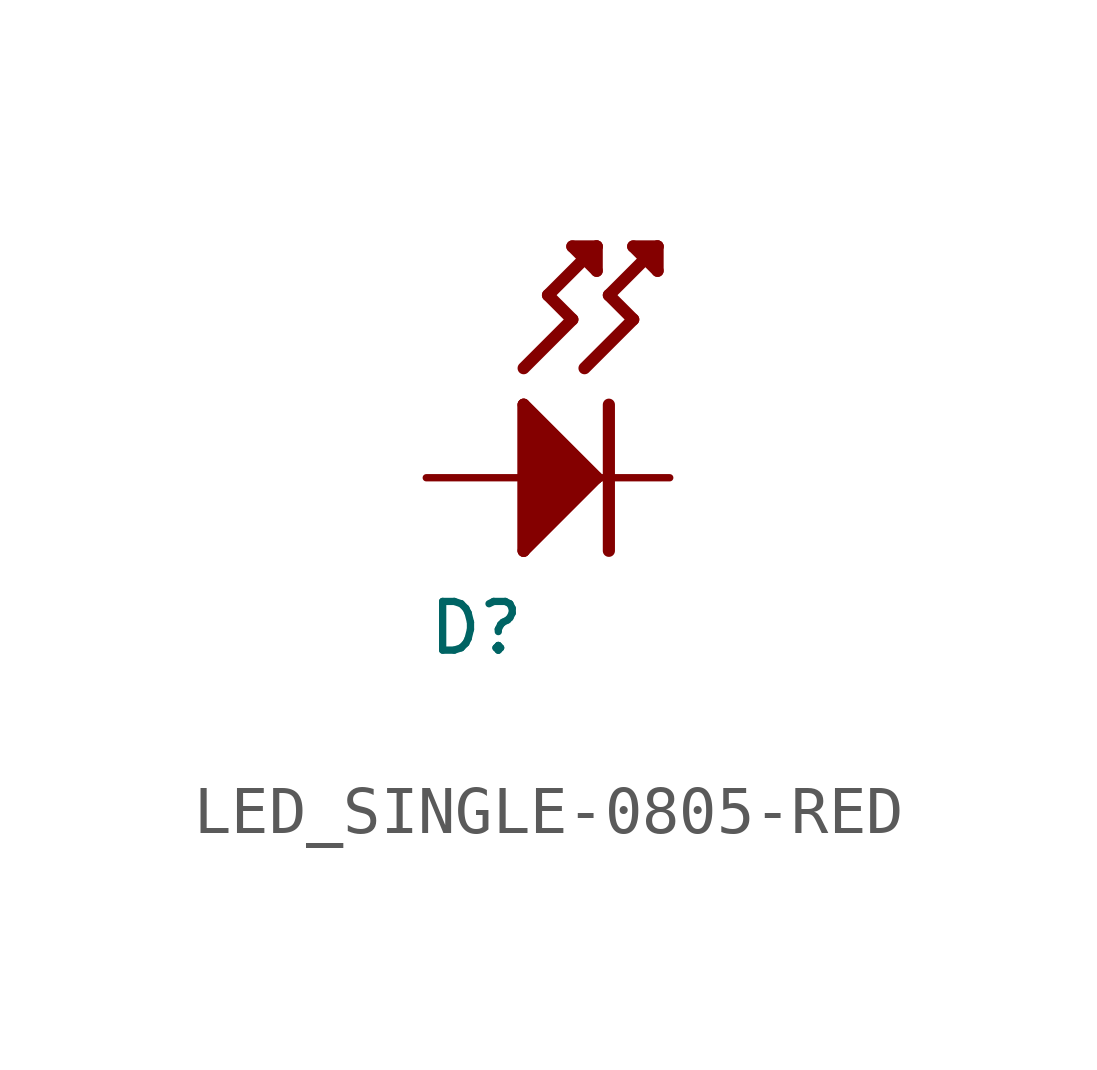
<source format=kicad_sym>
(kicad_symbol_lib
  (version 20231120)
  (generator "kicad_symbol_editor")
  (generator_version "8.0")
  (symbol "LED_SINGLE-0805-RED"
    (property "Reference" "D"
      (at -2.54 -2.54 0)
      (effects (font (size 1.016 1.016)) (justify left top)))
    (property "Value" ""
      (at -2.54 -5.08 0)
      (effects (font (size 1.016 1.016)) (justify left bottom)))
    (property "ki_locked" ""
      (at 0 0 0)
      (effects (font (size 1.27 1.27))))
    (symbol "LED_SINGLE-0805-RED_1_0"
      (polyline (pts (xy -0.508 -1.524) (xy -0.508 1.524)) (stroke (width 0.254) (type solid)) (fill (type none)))
      (polyline (pts (xy -0.508 1.524) (xy 1.016 0)) (stroke (width 0.254) (type solid)) (fill (type none)))
      (polyline (pts (xy -0.508 2.286) (xy 0.508 3.302)) (stroke (width 0.254) (type solid)) (fill (type none)))
      (polyline (pts (xy 0 3.81) (xy 1.016 4.826)) (stroke (width 0.254) (type solid)) (fill (type none)))
      (polyline (pts (xy 0.508 3.302) (xy 0 3.81)) (stroke (width 0.254) (type solid)) (fill (type none)))
      (polyline (pts (xy 0.508 4.826) (xy 1.016 4.318)) (stroke (width 0.254) (type solid)) (fill (type none)))
      (polyline (pts (xy 0.762 2.286) (xy 1.778 3.302)) (stroke (width 0.254) (type solid)) (fill (type none)))
      (polyline (pts (xy 1.016 0) (xy -0.508 -1.524)) (stroke (width 0.254) (type solid)) (fill (type none)))
      (polyline (pts (xy 1.016 4.318) (xy 1.016 4.826)) (stroke (width 0.254) (type solid)) (fill (type none)))
      (polyline (pts (xy 1.016 4.826) (xy 0.508 4.826)) (stroke (width 0.254) (type solid)) (fill (type none)))
      (polyline (pts (xy 1.27 1.524) (xy 1.27 -1.524)) (stroke (width 0.254) (type solid)) (fill (type none)))
      (polyline (pts (xy 1.27 3.81) (xy 2.286 4.826)) (stroke (width 0.254) (type solid)) (fill (type none)))
      (polyline (pts (xy 1.778 3.302) (xy 1.27 3.81)) (stroke (width 0.254) (type solid)) (fill (type none)))
      (polyline (pts (xy 1.778 4.826) (xy 2.286 4.318)) (stroke (width 0.254) (type solid)) (fill (type none)))
      (polyline (pts (xy 2.286 4.318) (xy 2.286 4.826)) (stroke (width 0.254) (type solid)) (fill (type none)))
      (polyline (pts (xy 2.286 4.826) (xy 1.778 4.826)) (stroke (width 0.254) (type solid)) (fill (type none)))
      (polyline (pts (xy -0.508 -1.524) (xy -0.508 1.524) (xy 1.016 0)) (stroke (width 0.254) (type solid)) (fill (type outline)))
      (pin power_in line (at -2.54 0 0) (length 2.54) (name "ANODE" (effects (font (size 0 0)))) (number "ANODE" (effects (font (size 0 0)))))
      (pin power_in line (at 2.54 0 180) (length 2.54) (name "CATHODE" (effects (font (size 0 0)))) (number "CATHODE" (effects (font (size 0 0))))))))
</source>
